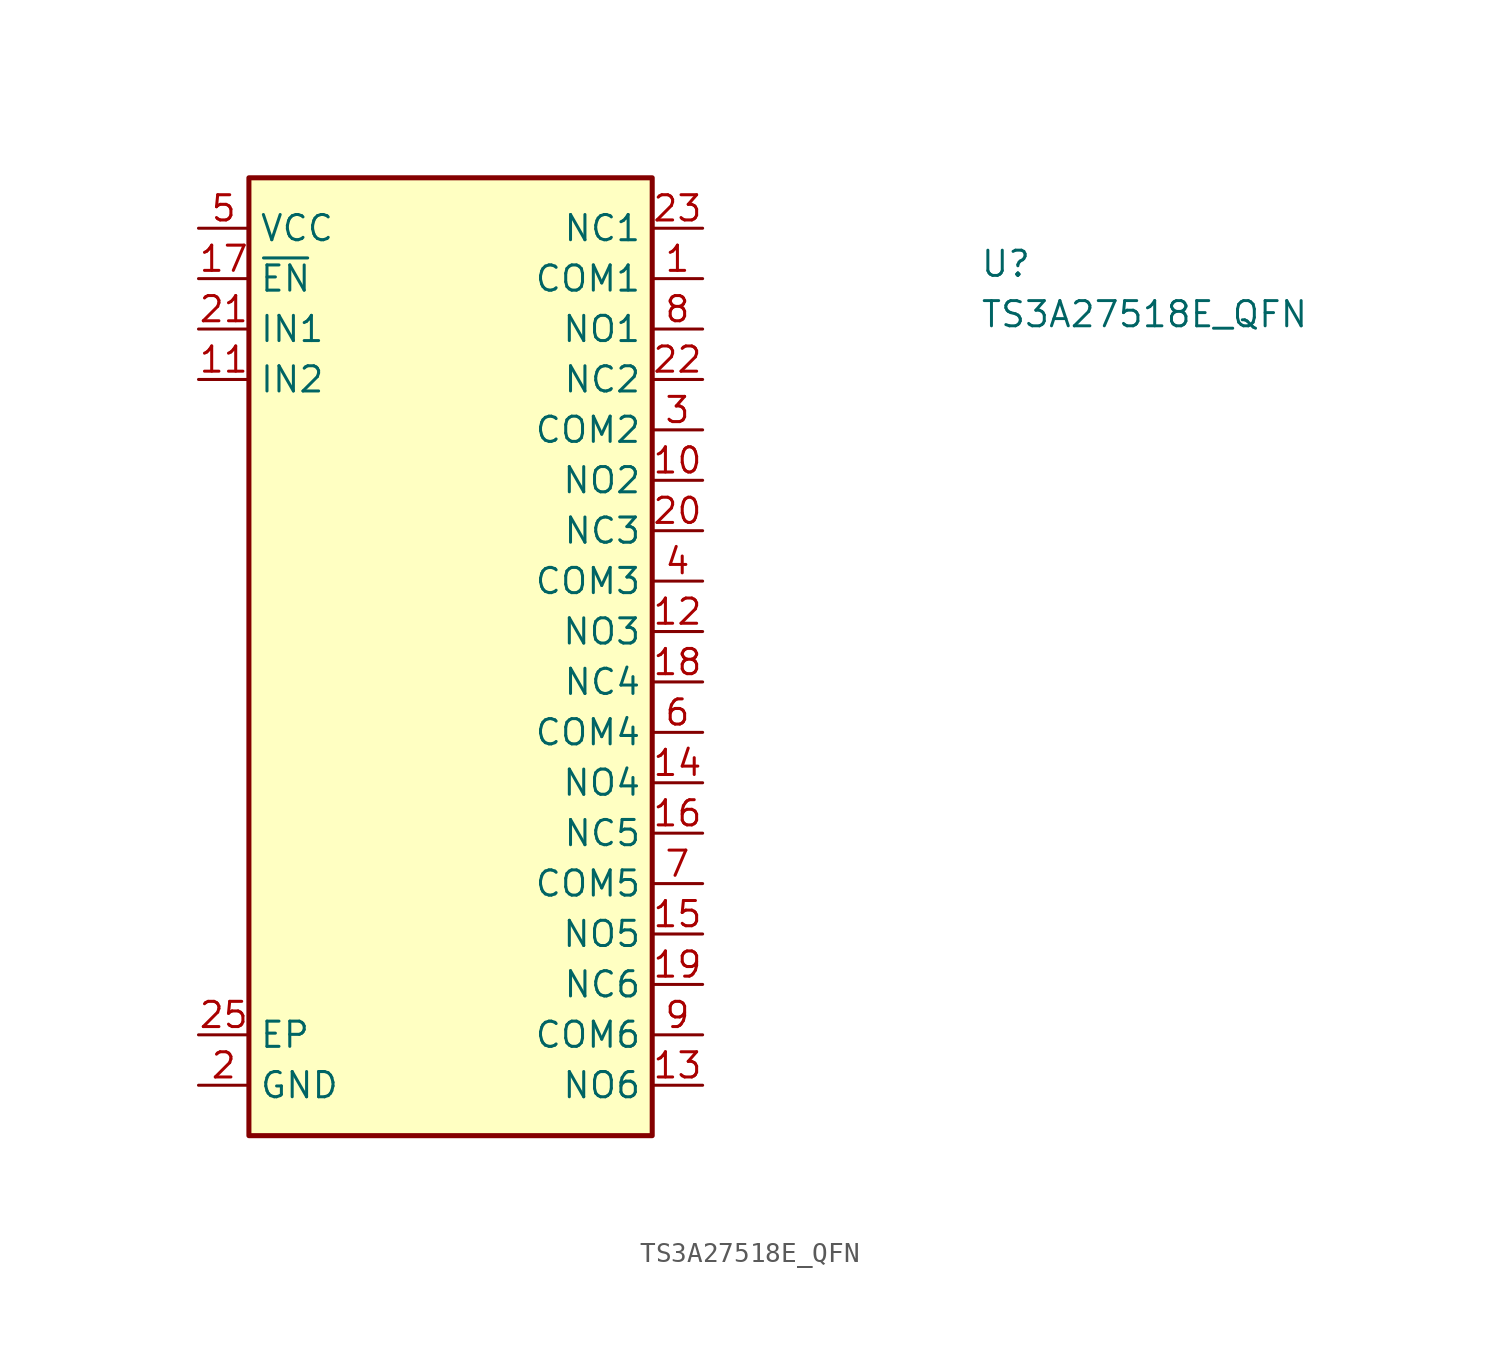
<source format=kicad_sym>
(kicad_symbol_lib
  (version 20211014)
  (generator kicad_symbol_editor)
  (symbol "TS3A27518E_QFN"
    (property "Reference" "U"
      (at 39.37 -2.54 0)
      (effects (font (size 1.27 1.27) (thickness 0.15)) (justify left bottom)))
    (property "Value" "TS3A27518E_QFN"
      (at 39.37 -5.08 0)
      (effects (font (size 1.27 1.27) (thickness 0.15)) (justify left bottom)))
    (symbol "TS3A27518E_QFN_1_1"
      (rectangle (start 2.54 2.54) (end 22.86 -45.72) (stroke (width 0.254) (type default) (color 0 0 0 0)) (fill (type background)))
      (pin passive line (at 25.4 -2.54 180) (length 2.54) (name "COM1" (effects (font (size 1.27 1.27)))) (number "1" (effects (font (size 1.27 1.27)))))
      (pin passive line (at 25.4 -12.7 180) (length 2.54) (name "NO2" (effects (font (size 1.27 1.27)))) (number "10" (effects (font (size 1.27 1.27)))))
      (pin input line (at 0 -7.62 0) (length 2.54) (name "IN2" (effects (font (size 1.27 1.27)))) (number "11" (effects (font (size 1.27 1.27)))))
      (pin passive line (at 25.4 -20.32 180) (length 2.54) (name "NO3" (effects (font (size 1.27 1.27)))) (number "12" (effects (font (size 1.27 1.27)))))
      (pin passive line (at 25.4 -43.18 180) (length 2.54) (name "NO6" (effects (font (size 1.27 1.27)))) (number "13" (effects (font (size 1.27 1.27)))))
      (pin passive line (at 25.4 -27.94 180) (length 2.54) (name "NO4" (effects (font (size 1.27 1.27)))) (number "14" (effects (font (size 1.27 1.27)))))
      (pin passive line (at 25.4 -35.56 180) (length 2.54) (name "NO5" (effects (font (size 1.27 1.27)))) (number "15" (effects (font (size 1.27 1.27)))))
      (pin passive line (at 25.4 -30.48 180) (length 2.54) (name "NC5" (effects (font (size 1.27 1.27)))) (number "16" (effects (font (size 1.27 1.27)))))
      (pin input line (at 0 -2.54 0) (length 2.54) (name "~{EN}" (effects (font (size 1.27 1.27)))) (number "17" (effects (font (size 1.27 1.27)))))
      (pin passive line (at 25.4 -22.86 180) (length 2.54) (name "NC4" (effects (font (size 1.27 1.27)))) (number "18" (effects (font (size 1.27 1.27)))))
      (pin passive line (at 25.4 -38.1 180) (length 2.54) (name "NC6" (effects (font (size 1.27 1.27)))) (number "19" (effects (font (size 1.27 1.27)))))
      (pin power_in line (at 0 -43.18 0) (length 2.54) (name "GND" (effects (font (size 1.27 1.27)))) (number "2" (effects (font (size 1.27 1.27)))))
      (pin passive line (at 25.4 -15.24 180) (length 2.54) (name "NC3" (effects (font (size 1.27 1.27)))) (number "20" (effects (font (size 1.27 1.27)))))
      (pin input line (at 0 -5.08 0) (length 2.54) (name "IN1" (effects (font (size 1.27 1.27)))) (number "21" (effects (font (size 1.27 1.27)))))
      (pin passive line (at 25.4 -7.62 180) (length 2.54) (name "NC2" (effects (font (size 1.27 1.27)))) (number "22" (effects (font (size 1.27 1.27)))))
      (pin passive line (at 25.4 0 180) (length 2.54) (name "NC1" (effects (font (size 1.27 1.27)))) (number "23" (effects (font (size 1.27 1.27)))))
      (pin no_connect line (at 2.54 -38.1 0) (length 2.54) hide (name "NC" (effects (font (size 1.27 1.27)))) (number "24" (effects (font (size 1.27 1.27)))))
      (pin power_in line (at 0 -40.64 0) (length 2.54) (name "EP" (effects (font (size 1.27 1.27)))) (number "25" (effects (font (size 1.27 1.27)))))
      (pin passive line (at 25.4 -10.16 180) (length 2.54) (name "COM2" (effects (font (size 1.27 1.27)))) (number "3" (effects (font (size 1.27 1.27)))))
      (pin passive line (at 25.4 -17.78 180) (length 2.54) (name "COM3" (effects (font (size 1.27 1.27)))) (number "4" (effects (font (size 1.27 1.27)))))
      (pin power_in line (at 0 0 0) (length 2.54) (name "VCC" (effects (font (size 1.27 1.27)))) (number "5" (effects (font (size 1.27 1.27)))))
      (pin passive line (at 25.4 -25.4 180) (length 2.54) (name "COM4" (effects (font (size 1.27 1.27)))) (number "6" (effects (font (size 1.27 1.27)))))
      (pin passive line (at 25.4 -33.02 180) (length 2.54) (name "COM5" (effects (font (size 1.27 1.27)))) (number "7" (effects (font (size 1.27 1.27)))))
      (pin passive line (at 25.4 -5.08 180) (length 2.54) (name "NO1" (effects (font (size 1.27 1.27)))) (number "8" (effects (font (size 1.27 1.27)))))
      (pin passive line (at 25.4 -40.64 180) (length 2.54) (name "COM6" (effects (font (size 1.27 1.27)))) (number "9" (effects (font (size 1.27 1.27))))))))
</source>
